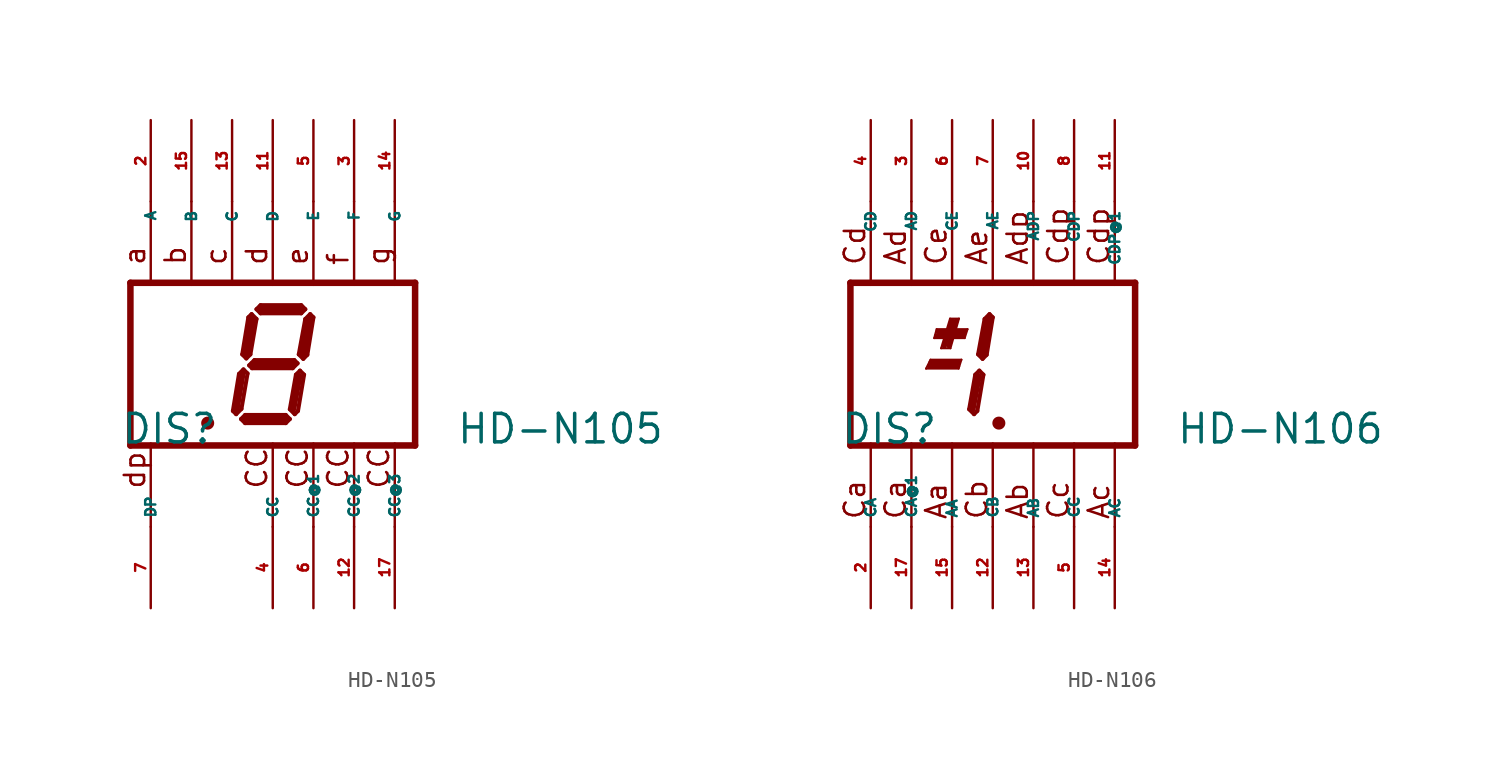
<source format=kicad_sym>
(kicad_symbol_lib
  (version 20220914)
  (generator Eagle2Kicad)
  (symbol "HD-N105"
    (property "Reference" "DIS"
      (at -9.525 -5.08 0)
      (effects (font (size 1.778 1.778) (thickness 0.22)) (justify left bottom)))
    (property "Value" "HD-N105"
      (at 11.43 -5.08 0)
      (effects (font (size 1.778 1.778) (thickness 0.22)) (justify left bottom)))
    (polyline
      (pts (xy 2.337 3.124) (xy 2.032 2.819))
      (stroke (width 0.254) (type default))
      (fill (type none)))
    (polyline
      (pts (xy 2.032 2.819) (xy 1.626 0.61))
      (stroke (width 0.254) (type default))
      (fill (type none)))
    (polyline
      (pts (xy 1.626 0.61) (xy 1.905 0.33))
      (stroke (width 0.254) (type default))
      (fill (type none)))
    (polyline
      (pts (xy 1.905 0.33) (xy 2.159 0.584))
      (stroke (width 0.254) (type default))
      (fill (type none)))
    (polyline
      (pts (xy 2.159 0.584) (xy 2.54 2.921))
      (stroke (width 0.254) (type default))
      (fill (type none)))
    (polyline
      (pts (xy 2.54 2.921) (xy 2.337 3.124))
      (stroke (width 0.254) (type default))
      (fill (type none)))
    (polyline
      (pts (xy 2.032 3.429) (xy 1.778 3.175))
      (stroke (width 0.254) (type default))
      (fill (type none)))
    (polyline
      (pts (xy 1.778 3.175) (xy -0.762 3.175))
      (stroke (width 0.254) (type default))
      (fill (type none)))
    (polyline
      (pts (xy -0.762 3.175) (xy -1.016 3.429))
      (stroke (width 0.254) (type default))
      (fill (type none)))
    (polyline
      (pts (xy -1.016 3.429) (xy -0.762 3.683))
      (stroke (width 0.254) (type default))
      (fill (type none)))
    (polyline
      (pts (xy -0.762 3.683) (xy 1.778 3.683))
      (stroke (width 0.254) (type default))
      (fill (type none)))
    (polyline
      (pts (xy 1.778 3.683) (xy 2.032 3.429))
      (stroke (width 0.254) (type default))
      (fill (type none)))
    (polyline
      (pts (xy -1.321 3.124) (xy -1.016 2.819))
      (stroke (width 0.254) (type default))
      (fill (type none)))
    (polyline
      (pts (xy -1.016 2.819) (xy -1.397 0.61))
      (stroke (width 0.254) (type default))
      (fill (type none)))
    (polyline
      (pts (xy -1.397 0.61) (xy -1.651 0.356))
      (stroke (width 0.254) (type default))
      (fill (type none)))
    (polyline
      (pts (xy -1.651 0.356) (xy -1.905 0.61))
      (stroke (width 0.254) (type default))
      (fill (type none)))
    (polyline
      (pts (xy -1.905 0.61) (xy -1.524 2.921))
      (stroke (width 0.254) (type default))
      (fill (type none)))
    (polyline
      (pts (xy -1.524 2.921) (xy -1.321 3.124))
      (stroke (width 0.254) (type default))
      (fill (type none)))
    (polyline
      (pts (xy -1.473 -0.076) (xy -1.143 0.254))
      (stroke (width 0.254) (type default))
      (fill (type none)))
    (polyline
      (pts (xy -1.143 0.254) (xy 1.346 0.254))
      (stroke (width 0.254) (type default))
      (fill (type none)))
    (polyline
      (pts (xy 1.346 0.254) (xy 1.549 0.051))
      (stroke (width 0.254) (type default))
      (fill (type none)))
    (polyline
      (pts (xy 1.549 0.051) (xy 1.245 -0.254))
      (stroke (width 0.254) (type default))
      (fill (type none)))
    (polyline
      (pts (xy 1.245 -0.254) (xy -1.295 -0.254))
      (stroke (width 0.254) (type default))
      (fill (type none)))
    (polyline
      (pts (xy -1.295 -0.254) (xy -1.473 -0.076))
      (stroke (width 0.254) (type default))
      (fill (type none)))
    (polyline
      (pts (xy -1.829 -0.33) (xy -1.575 -0.584))
      (stroke (width 0.254) (type default))
      (fill (type none)))
    (polyline
      (pts (xy -2.286 -3.124) (xy -1.956 -2.794))
      (stroke (width 0.254) (type default))
      (fill (type none)))
    (polyline
      (pts (xy -1.956 -2.794) (xy -1.575 -0.584))
      (stroke (width 0.254) (type default))
      (fill (type none)))
    (polyline
      (pts (xy -1.829 -0.33) (xy -2.108 -0.61))
      (stroke (width 0.254) (type default))
      (fill (type none)))
    (polyline
      (pts (xy -2.108 -0.61) (xy -2.489 -2.921))
      (stroke (width 0.254) (type default))
      (fill (type none)))
    (polyline
      (pts (xy -2.489 -2.921) (xy -2.286 -3.124))
      (stroke (width 0.254) (type default))
      (fill (type none)))
    (polyline
      (pts (xy -1.981 -3.429) (xy -1.727 -3.175))
      (stroke (width 0.254) (type default))
      (fill (type none)))
    (polyline
      (pts (xy -1.727 -3.175) (xy 0.813 -3.175))
      (stroke (width 0.254) (type default))
      (fill (type none)))
    (polyline
      (pts (xy 0.813 -3.175) (xy 1.067 -3.429))
      (stroke (width 0.254) (type default))
      (fill (type none)))
    (polyline
      (pts (xy 1.067 -3.429) (xy 0.813 -3.683))
      (stroke (width 0.254) (type default))
      (fill (type none)))
    (polyline
      (pts (xy 0.813 -3.683) (xy -1.727 -3.683))
      (stroke (width 0.254) (type default))
      (fill (type none)))
    (polyline
      (pts (xy -1.727 -3.683) (xy -1.981 -3.429))
      (stroke (width 0.254) (type default))
      (fill (type none)))
    (polyline
      (pts (xy 1.702 -0.406) (xy 1.448 -0.66))
      (stroke (width 0.254) (type default))
      (fill (type none)))
    (polyline
      (pts (xy 1.448 -0.66) (xy 1.067 -2.819))
      (stroke (width 0.254) (type default))
      (fill (type none)))
    (polyline
      (pts (xy 1.067 -2.819) (xy 1.372 -3.124))
      (stroke (width 0.254) (type default))
      (fill (type none)))
    (polyline
      (pts (xy 1.372 -3.124) (xy 1.575 -2.921))
      (stroke (width 0.254) (type default))
      (fill (type none)))
    (polyline
      (pts (xy 1.575 -2.921) (xy 1.956 -0.66))
      (stroke (width 0.254) (type default))
      (fill (type none)))
    (polyline
      (pts (xy 1.956 -0.66) (xy 1.702 -0.406))
      (stroke (width 0.254) (type default))
      (fill (type none)))
    (polyline
      (pts (xy 2.286 2.794) (xy 1.905 0.635))
      (stroke (width 0.406) (type default))
      (fill (type none)))
    (polyline
      (pts (xy 1.778 3.429) (xy -0.762 3.429))
      (stroke (width 0.406) (type default))
      (fill (type none)))
    (polyline
      (pts (xy -1.27 2.794) (xy -1.651 0.635))
      (stroke (width 0.406) (type default))
      (fill (type none)))
    (polyline
      (pts (xy -1.27 0) (xy 1.27 0))
      (stroke (width 0.406) (type default))
      (fill (type none)))
    (polyline
      (pts (xy 1.651 -0.762) (xy 1.27 -2.794))
      (stroke (width 0.406) (type default))
      (fill (type none)))
    (polyline
      (pts (xy 0.762 -3.429) (xy -1.651 -3.429))
      (stroke (width 0.406) (type default))
      (fill (type none)))
    (polyline
      (pts (xy -2.286 -2.921) (xy -1.905 -0.635))
      (stroke (width 0.406) (type default))
      (fill (type none)))
    (polyline
      (pts (xy -8.89 5.08) (xy 8.89 5.08))
      (stroke (width 0.406) (type default))
      (fill (type none)))
    (polyline
      (pts (xy 8.89 -5.08) (xy 8.89 5.08))
      (stroke (width 0.406) (type default))
      (fill (type none)))
    (polyline
      (pts (xy 8.89 -5.08) (xy -8.89 -5.08))
      (stroke (width 0.406) (type default))
      (fill (type none)))
    (polyline
      (pts (xy -8.89 5.08) (xy -8.89 -5.08))
      (stroke (width 0.406) (type default))
      (fill (type none)))
    (polyline
      (pts (xy 7.62 -4.953) (xy 7.62 -10.16))
      (stroke (width 0.152) (type default))
      (fill (type none)))
    (polyline
      (pts (xy 5.08 -4.953) (xy 5.08 -10.16))
      (stroke (width 0.152) (type default))
      (fill (type none)))
    (polyline
      (pts (xy 0 -4.953) (xy 0 -10.16))
      (stroke (width 0.152) (type default))
      (fill (type none)))
    (polyline
      (pts (xy -7.62 -4.953) (xy -7.62 -10.16))
      (stroke (width 0.152) (type default))
      (fill (type none)))
    (polyline
      (pts (xy 7.62 10.16) (xy 7.62 4.953))
      (stroke (width 0.152) (type default))
      (fill (type none)))
    (polyline
      (pts (xy 2.54 -4.953) (xy 2.54 -10.16))
      (stroke (width 0.152) (type default))
      (fill (type none)))
    (polyline
      (pts (xy -7.62 10.16) (xy -7.62 4.953))
      (stroke (width 0.152) (type default))
      (fill (type none)))
    (polyline
      (pts (xy 5.08 10.16) (xy 5.08 4.953))
      (stroke (width 0.152) (type default))
      (fill (type none)))
    (polyline
      (pts (xy -4.191 -3.683) (xy -3.937 -3.683))
      (stroke (width 0.305) (type default))
      (fill (type none)))
    (polyline
      (pts (xy 2.54 10.16) (xy 2.54 4.953))
      (stroke (width 0.152) (type default))
      (fill (type none)))
    (polyline
      (pts (xy 0 10.16) (xy 0 4.953))
      (stroke (width 0.152) (type default))
      (fill (type none)))
    (polyline
      (pts (xy -5.08 10.16) (xy -5.08 4.953))
      (stroke (width 0.152) (type default))
      (fill (type none)))
    (polyline
      (pts (xy -2.54 10.16) (xy -2.54 4.953))
      (stroke (width 0.152) (type default))
      (fill (type none)))
    (text "b"
      (at -5.334 6.096 900)
      (effects (font (size 1.27 1.27) (thickness 0.16)) (justify left bottom)))
    (text "c"
      (at -2.794 6.096 900)
      (effects (font (size 1.27 1.27) (thickness 0.16)) (justify left bottom)))
    (text "d"
      (at -0.254 6.096 900)
      (effects (font (size 1.27 1.27) (thickness 0.16)) (justify left bottom)))
    (text "e"
      (at 2.286 6.096 900)
      (effects (font (size 1.27 1.27) (thickness 0.16)) (justify left bottom)))
    (text "f"
      (at 4.826 6.096 900)
      (effects (font (size 1.27 1.27) (thickness 0.16)) (justify left bottom)))
    (text "g"
      (at 7.366 6.096 900)
      (effects (font (size 1.27 1.27) (thickness 0.16)) (justify left bottom)))
    (text "a"
      (at -7.874 6.096 900)
      (effects (font (size 1.27 1.27) (thickness 0.16)) (justify left bottom)))
    (text "dp"
      (at -7.874 -7.874 900)
      (effects (font (size 1.27 1.27) (thickness 0.16)) (justify left bottom)))
    (text "CC"
      (at -0.254 -7.874 900)
      (effects (font (size 1.27 1.27) (thickness 0.16)) (justify left bottom)))
    (text "CC"
      (at 2.286 -7.874 900)
      (effects (font (size 1.27 1.27) (thickness 0.16)) (justify left bottom)))
    (text "CC"
      (at 4.826 -7.874 900)
      (effects (font (size 1.27 1.27) (thickness 0.16)) (justify left bottom)))
    (text "CC"
      (at 7.366 -7.874 900)
      (effects (font (size 1.27 1.27) (thickness 0.16)) (justify left bottom)))
    (circle
      (center -4.064 -3.683)
      (radius 0.254)
      (stroke (width 0.305) (type default))
      (fill (type none)))
    (pin passive line
      (at -7.62 15.24 270)
      (length 5.08)
      (name "A" (effects (font (size 0.635 0.635) (thickness 0.08)) (justify left bottom)))
      (number "2" (effects (font (size 0.635 0.635) (thickness 0.08)) (justify left bottom))))
    (pin passive line
      (at 5.08 -15.24 90)
      (length 5.08)
      (name "CC@2" (effects (font (size 0.635 0.635) (thickness 0.08)) (justify left bottom)))
      (number "12" (effects (font (size 0.635 0.635) (thickness 0.08)) (justify left bottom))))
    (pin passive line
      (at 0 -15.24 90)
      (length 5.08)
      (name "CC" (effects (font (size 0.635 0.635) (thickness 0.08)) (justify left bottom)))
      (number "4" (effects (font (size 0.635 0.635) (thickness 0.08)) (justify left bottom))))
    (pin passive line
      (at -7.62 -15.24 90)
      (length 5.08)
      (name "DP" (effects (font (size 0.635 0.635) (thickness 0.08)) (justify left bottom)))
      (number "7" (effects (font (size 0.635 0.635) (thickness 0.08)) (justify left bottom))))
    (pin passive line
      (at 7.62 15.24 270)
      (length 5.08)
      (name "G" (effects (font (size 0.635 0.635) (thickness 0.08)) (justify left bottom)))
      (number "14" (effects (font (size 0.635 0.635) (thickness 0.08)) (justify left bottom))))
    (pin passive line
      (at 2.54 -15.24 90)
      (length 5.08)
      (name "CC@1" (effects (font (size 0.635 0.635) (thickness 0.08)) (justify left bottom)))
      (number "6" (effects (font (size 0.635 0.635) (thickness 0.08)) (justify left bottom))))
    (pin passive line
      (at 7.62 -15.24 90)
      (length 5.08)
      (name "CC@3" (effects (font (size 0.635 0.635) (thickness 0.08)) (justify left bottom)))
      (number "17" (effects (font (size 0.635 0.635) (thickness 0.08)) (justify left bottom))))
    (pin passive line
      (at 5.08 15.24 270)
      (length 5.08)
      (name "F" (effects (font (size 0.635 0.635) (thickness 0.08)) (justify left bottom)))
      (number "3" (effects (font (size 0.635 0.635) (thickness 0.08)) (justify left bottom))))
    (pin passive line
      (at 0 15.24 270)
      (length 5.08)
      (name "D" (effects (font (size 0.635 0.635) (thickness 0.08)) (justify left bottom)))
      (number "11" (effects (font (size 0.635 0.635) (thickness 0.08)) (justify left bottom))))
    (pin passive line
      (at 2.54 15.24 270)
      (length 5.08)
      (name "E" (effects (font (size 0.635 0.635) (thickness 0.08)) (justify left bottom)))
      (number "5" (effects (font (size 0.635 0.635) (thickness 0.08)) (justify left bottom))))
    (pin passive line
      (at -5.08 15.24 270)
      (length 5.08)
      (name "B" (effects (font (size 0.635 0.635) (thickness 0.08)) (justify left bottom)))
      (number "15" (effects (font (size 0.635 0.635) (thickness 0.08)) (justify left bottom))))
    (pin passive line
      (at -2.54 15.24 270)
      (length 5.08)
      (name "C" (effects (font (size 0.635 0.635) (thickness 0.08)) (justify left bottom)))
      (number "13" (effects (font (size 0.635 0.635) (thickness 0.08)) (justify left bottom)))))
  (symbol "HD-N106"
    (property "Reference" "DIS"
      (at -9.525 -5.08 0)
      (effects (font (size 1.778 1.778) (thickness 0.22)) (justify left bottom)))
    (property "Value" "HD-N106"
      (at 11.43 -5.08 0)
      (effects (font (size 1.778 1.778) (thickness 0.22)) (justify left bottom)))
    (polyline
      (pts (xy -1.956 0.279) (xy -2.134 -0.279))
      (stroke (width 0.127) (type default))
      (fill (type none)))
    (polyline
      (pts (xy -1.956 0.279) (xy -3.886 0.279))
      (stroke (width 0.127) (type default))
      (fill (type none)))
    (polyline
      (pts (xy -3.886 0.279) (xy -4.166 -0.279))
      (stroke (width 0.127) (type default))
      (fill (type none)))
    (polyline
      (pts (xy -4.166 -0.279) (xy -2.134 -0.279))
      (stroke (width 0.127) (type default))
      (fill (type none)))
    (polyline
      (pts (xy -1.575 2.184) (xy -1.753 1.626))
      (stroke (width 0.127) (type default))
      (fill (type none)))
    (polyline
      (pts (xy -1.575 2.184) (xy -3.505 2.184))
      (stroke (width 0.127) (type default))
      (fill (type none)))
    (polyline
      (pts (xy -3.505 2.184) (xy -3.658 1.626))
      (stroke (width 0.127) (type default))
      (fill (type none)))
    (polyline
      (pts (xy -3.658 1.626) (xy -1.753 1.626))
      (stroke (width 0.127) (type default))
      (fill (type none)))
    (polyline
      (pts (xy -2.642 0.991) (xy -3.226 0.991))
      (stroke (width 0.127) (type default))
      (fill (type none)))
    (polyline
      (pts (xy -2.642 0.991) (xy -2.108 2.845))
      (stroke (width 0.127) (type default))
      (fill (type none)))
    (polyline
      (pts (xy -2.108 2.845) (xy -2.667 2.845))
      (stroke (width 0.127) (type default))
      (fill (type none)))
    (polyline
      (pts (xy -2.667 2.845) (xy -3.226 0.991))
      (stroke (width 0.127) (type default))
      (fill (type none)))
    (polyline
      (pts (xy -3.861 0.127) (xy -2.134 0.127))
      (stroke (width 0.305) (type default))
      (fill (type none)))
    (polyline
      (pts (xy -3.429 2.032) (xy -1.753 2.032))
      (stroke (width 0.305) (type default))
      (fill (type none)))
    (polyline
      (pts (xy -2.743 1.143) (xy -2.286 2.718))
      (stroke (width 0.305) (type default))
      (fill (type none)))
    (polyline
      (pts (xy 0.254 -3.683) (xy 0.508 -3.683))
      (stroke (width 0.305) (type default))
      (fill (type none)))
    (polyline
      (pts (xy -0.203 3.124) (xy -0.508 2.819))
      (stroke (width 0.254) (type default))
      (fill (type none)))
    (polyline
      (pts (xy -0.508 2.819) (xy -0.914 0.61))
      (stroke (width 0.254) (type default))
      (fill (type none)))
    (polyline
      (pts (xy -0.914 0.61) (xy -0.635 0.33))
      (stroke (width 0.254) (type default))
      (fill (type none)))
    (polyline
      (pts (xy -0.635 0.33) (xy -0.381 0.584))
      (stroke (width 0.254) (type default))
      (fill (type none)))
    (polyline
      (pts (xy -0.381 0.584) (xy 0 2.921))
      (stroke (width 0.254) (type default))
      (fill (type none)))
    (polyline
      (pts (xy 0 2.921) (xy -0.203 3.124))
      (stroke (width 0.254) (type default))
      (fill (type none)))
    (polyline
      (pts (xy -0.838 -0.406) (xy -1.092 -0.66))
      (stroke (width 0.254) (type default))
      (fill (type none)))
    (polyline
      (pts (xy -1.092 -0.66) (xy -1.473 -2.819))
      (stroke (width 0.254) (type default))
      (fill (type none)))
    (polyline
      (pts (xy -1.473 -2.819) (xy -1.168 -3.124))
      (stroke (width 0.254) (type default))
      (fill (type none)))
    (polyline
      (pts (xy -1.168 -3.124) (xy -0.965 -2.921))
      (stroke (width 0.254) (type default))
      (fill (type none)))
    (polyline
      (pts (xy -0.965 -2.921) (xy -0.584 -0.66))
      (stroke (width 0.254) (type default))
      (fill (type none)))
    (polyline
      (pts (xy -0.584 -0.66) (xy -0.838 -0.406))
      (stroke (width 0.254) (type default))
      (fill (type none)))
    (polyline
      (pts (xy -0.254 2.794) (xy -0.635 0.635))
      (stroke (width 0.406) (type default))
      (fill (type none)))
    (polyline
      (pts (xy -0.889 -0.762) (xy -1.27 -2.794))
      (stroke (width 0.406) (type default))
      (fill (type none)))
    (polyline
      (pts (xy -8.89 5.08) (xy 8.89 5.08))
      (stroke (width 0.406) (type default))
      (fill (type none)))
    (polyline
      (pts (xy 8.89 -5.08) (xy 8.89 5.08))
      (stroke (width 0.406) (type default))
      (fill (type none)))
    (polyline
      (pts (xy 8.89 -5.08) (xy -8.89 -5.08))
      (stroke (width 0.406) (type default))
      (fill (type none)))
    (polyline
      (pts (xy -8.89 5.08) (xy -8.89 -5.08))
      (stroke (width 0.406) (type default))
      (fill (type none)))
    (polyline
      (pts (xy 2.54 -4.953) (xy 2.54 -10.16))
      (stroke (width 0.152) (type default))
      (fill (type none)))
    (polyline
      (pts (xy 0 -4.953) (xy 0 -10.16))
      (stroke (width 0.152) (type default))
      (fill (type none)))
    (polyline
      (pts (xy -5.08 -4.953) (xy -5.08 -10.16))
      (stroke (width 0.152) (type default))
      (fill (type none)))
    (polyline
      (pts (xy -7.62 -4.953) (xy -7.62 -10.16))
      (stroke (width 0.152) (type default))
      (fill (type none)))
    (polyline
      (pts (xy 5.08 10.16) (xy 5.08 4.953))
      (stroke (width 0.152) (type default))
      (fill (type none)))
    (polyline
      (pts (xy -2.54 -4.953) (xy -2.54 -10.16))
      (stroke (width 0.152) (type default))
      (fill (type none)))
    (polyline
      (pts (xy 2.54 10.16) (xy 2.54 4.953))
      (stroke (width 0.152) (type default))
      (fill (type none)))
    (polyline
      (pts (xy -3.505 1.778) (xy -1.829 1.778))
      (stroke (width 0.305) (type default))
      (fill (type none)))
    (polyline
      (pts (xy -3.023 1.118) (xy -2.54 2.718))
      (stroke (width 0.305) (type default))
      (fill (type none)))
    (polyline
      (pts (xy -3.962 -0.127) (xy -2.184 -0.127))
      (stroke (width 0.305) (type default))
      (fill (type none)))
    (polyline
      (pts (xy 0 10.16) (xy 0 4.953))
      (stroke (width 0.152) (type default))
      (fill (type none)))
    (polyline
      (pts (xy -2.54 10.16) (xy -2.54 4.953))
      (stroke (width 0.152) (type default))
      (fill (type none)))
    (polyline
      (pts (xy -5.08 10.16) (xy -5.08 4.953))
      (stroke (width 0.152) (type default))
      (fill (type none)))
    (polyline
      (pts (xy -7.62 10.16) (xy -7.62 4.953))
      (stroke (width 0.152) (type default))
      (fill (type none)))
    (polyline
      (pts (xy 5.08 -4.953) (xy 5.08 -10.16))
      (stroke (width 0.152) (type default))
      (fill (type none)))
    (polyline
      (pts (xy 7.62 -4.953) (xy 7.62 -10.16))
      (stroke (width 0.152) (type default))
      (fill (type none)))
    (polyline
      (pts (xy 7.62 10.16) (xy 7.62 4.953))
      (stroke (width 0.152) (type default))
      (fill (type none)))
    (text "Ca"
      (at -7.874 -9.779 900)
      (effects (font (size 1.27 1.27) (thickness 0.16)) (justify left bottom)))
    (text "Aa"
      (at -2.794 -9.779 900)
      (effects (font (size 1.27 1.27) (thickness 0.16)) (justify left bottom)))
    (text "Cb"
      (at -0.254 -9.779 900)
      (effects (font (size 1.27 1.27) (thickness 0.16)) (justify left bottom)))
    (text "Ab"
      (at 2.286 -9.779 900)
      (effects (font (size 1.27 1.27) (thickness 0.16)) (justify left bottom)))
    (text "Cc"
      (at 4.826 -9.779 900)
      (effects (font (size 1.27 1.27) (thickness 0.16)) (justify left bottom)))
    (text "Ac"
      (at 7.366 -9.779 900)
      (effects (font (size 1.27 1.27) (thickness 0.16)) (justify left bottom)))
    (text "Cd"
      (at -7.874 6.096 900)
      (effects (font (size 1.27 1.27) (thickness 0.16)) (justify left bottom)))
    (text "Ad"
      (at -5.334 6.096 900)
      (effects (font (size 1.27 1.27) (thickness 0.16)) (justify left bottom)))
    (text "Ce"
      (at -2.794 6.096 900)
      (effects (font (size 1.27 1.27) (thickness 0.16)) (justify left bottom)))
    (text "Ae"
      (at -0.254 6.096 900)
      (effects (font (size 1.27 1.27) (thickness 0.16)) (justify left bottom)))
    (text "Cdp"
      (at 7.366 6.096 900)
      (effects (font (size 1.27 1.27) (thickness 0.16)) (justify left bottom)))
    (text "Adp"
      (at 2.286 6.096 900)
      (effects (font (size 1.27 1.27) (thickness 0.16)) (justify left bottom)))
    (text "Cdp"
      (at 4.826 6.096 900)
      (effects (font (size 1.27 1.27) (thickness 0.16)) (justify left bottom)))
    (text "Ca"
      (at -5.334 -9.779 900)
      (effects (font (size 1.27 1.27) (thickness 0.16)) (justify left bottom)))
    (circle
      (center 0.381 -3.683)
      (radius 0.254)
      (stroke (width 0.305) (type default))
      (fill (type none)))
    (pin passive line
      (at 2.54 -15.24 90)
      (length 5.08)
      (name "AB" (effects (font (size 0.635 0.635) (thickness 0.08)) (justify left bottom)))
      (number "13" (effects (font (size 0.635 0.635) (thickness 0.08)) (justify left bottom))))
    (pin passive line
      (at -2.54 -15.24 90)
      (length 5.08)
      (name "AA" (effects (font (size 0.635 0.635) (thickness 0.08)) (justify left bottom)))
      (number "15" (effects (font (size 0.635 0.635) (thickness 0.08)) (justify left bottom))))
    (pin passive line
      (at -7.62 -15.24 90)
      (length 5.08)
      (name "CA" (effects (font (size 0.635 0.635) (thickness 0.08)) (justify left bottom)))
      (number "2" (effects (font (size 0.635 0.635) (thickness 0.08)) (justify left bottom))))
    (pin passive line
      (at 2.54 15.24 270)
      (length 5.08)
      (name "ADP" (effects (font (size 0.635 0.635) (thickness 0.08)) (justify left bottom)))
      (number "10" (effects (font (size 0.635 0.635) (thickness 0.08)) (justify left bottom))))
    (pin passive line
      (at 0 -15.24 90)
      (length 5.08)
      (name "CB" (effects (font (size 0.635 0.635) (thickness 0.08)) (justify left bottom)))
      (number "12" (effects (font (size 0.635 0.635) (thickness 0.08)) (justify left bottom))))
    (pin passive line
      (at 5.08 -15.24 90)
      (length 5.08)
      (name "CC" (effects (font (size 0.635 0.635) (thickness 0.08)) (justify left bottom)))
      (number "5" (effects (font (size 0.635 0.635) (thickness 0.08)) (justify left bottom))))
    (pin passive line
      (at 5.08 15.24 270)
      (length 5.08)
      (name "CDP" (effects (font (size 0.635 0.635) (thickness 0.08)) (justify left bottom)))
      (number "8" (effects (font (size 0.635 0.635) (thickness 0.08)) (justify left bottom))))
    (pin passive line
      (at 0 15.24 270)
      (length 5.08)
      (name "AE" (effects (font (size 0.635 0.635) (thickness 0.08)) (justify left bottom)))
      (number "7" (effects (font (size 0.635 0.635) (thickness 0.08)) (justify left bottom))))
    (pin passive line
      (at -2.54 15.24 270)
      (length 5.08)
      (name "CE" (effects (font (size 0.635 0.635) (thickness 0.08)) (justify left bottom)))
      (number "6" (effects (font (size 0.635 0.635) (thickness 0.08)) (justify left bottom))))
    (pin passive line
      (at -5.08 15.24 270)
      (length 5.08)
      (name "AD" (effects (font (size 0.635 0.635) (thickness 0.08)) (justify left bottom)))
      (number "3" (effects (font (size 0.635 0.635) (thickness 0.08)) (justify left bottom))))
    (pin passive line
      (at -7.62 15.24 270)
      (length 5.08)
      (name "CD" (effects (font (size 0.635 0.635) (thickness 0.08)) (justify left bottom)))
      (number "4" (effects (font (size 0.635 0.635) (thickness 0.08)) (justify left bottom))))
    (pin passive line
      (at 7.62 -15.24 90)
      (length 5.08)
      (name "AC" (effects (font (size 0.635 0.635) (thickness 0.08)) (justify left bottom)))
      (number "14" (effects (font (size 0.635 0.635) (thickness 0.08)) (justify left bottom))))
    (pin passive line
      (at -5.08 -15.24 90)
      (length 5.08)
      (name "CA@1" (effects (font (size 0.635 0.635) (thickness 0.08)) (justify left bottom)))
      (number "17" (effects (font (size 0.635 0.635) (thickness 0.08)) (justify left bottom))))
    (pin passive line
      (at 7.62 15.24 270)
      (length 5.08)
      (name "CDP@1" (effects (font (size 0.635 0.635) (thickness 0.08)) (justify left bottom)))
      (number "11" (effects (font (size 0.635 0.635) (thickness 0.08)) (justify left bottom))))))
</source>
